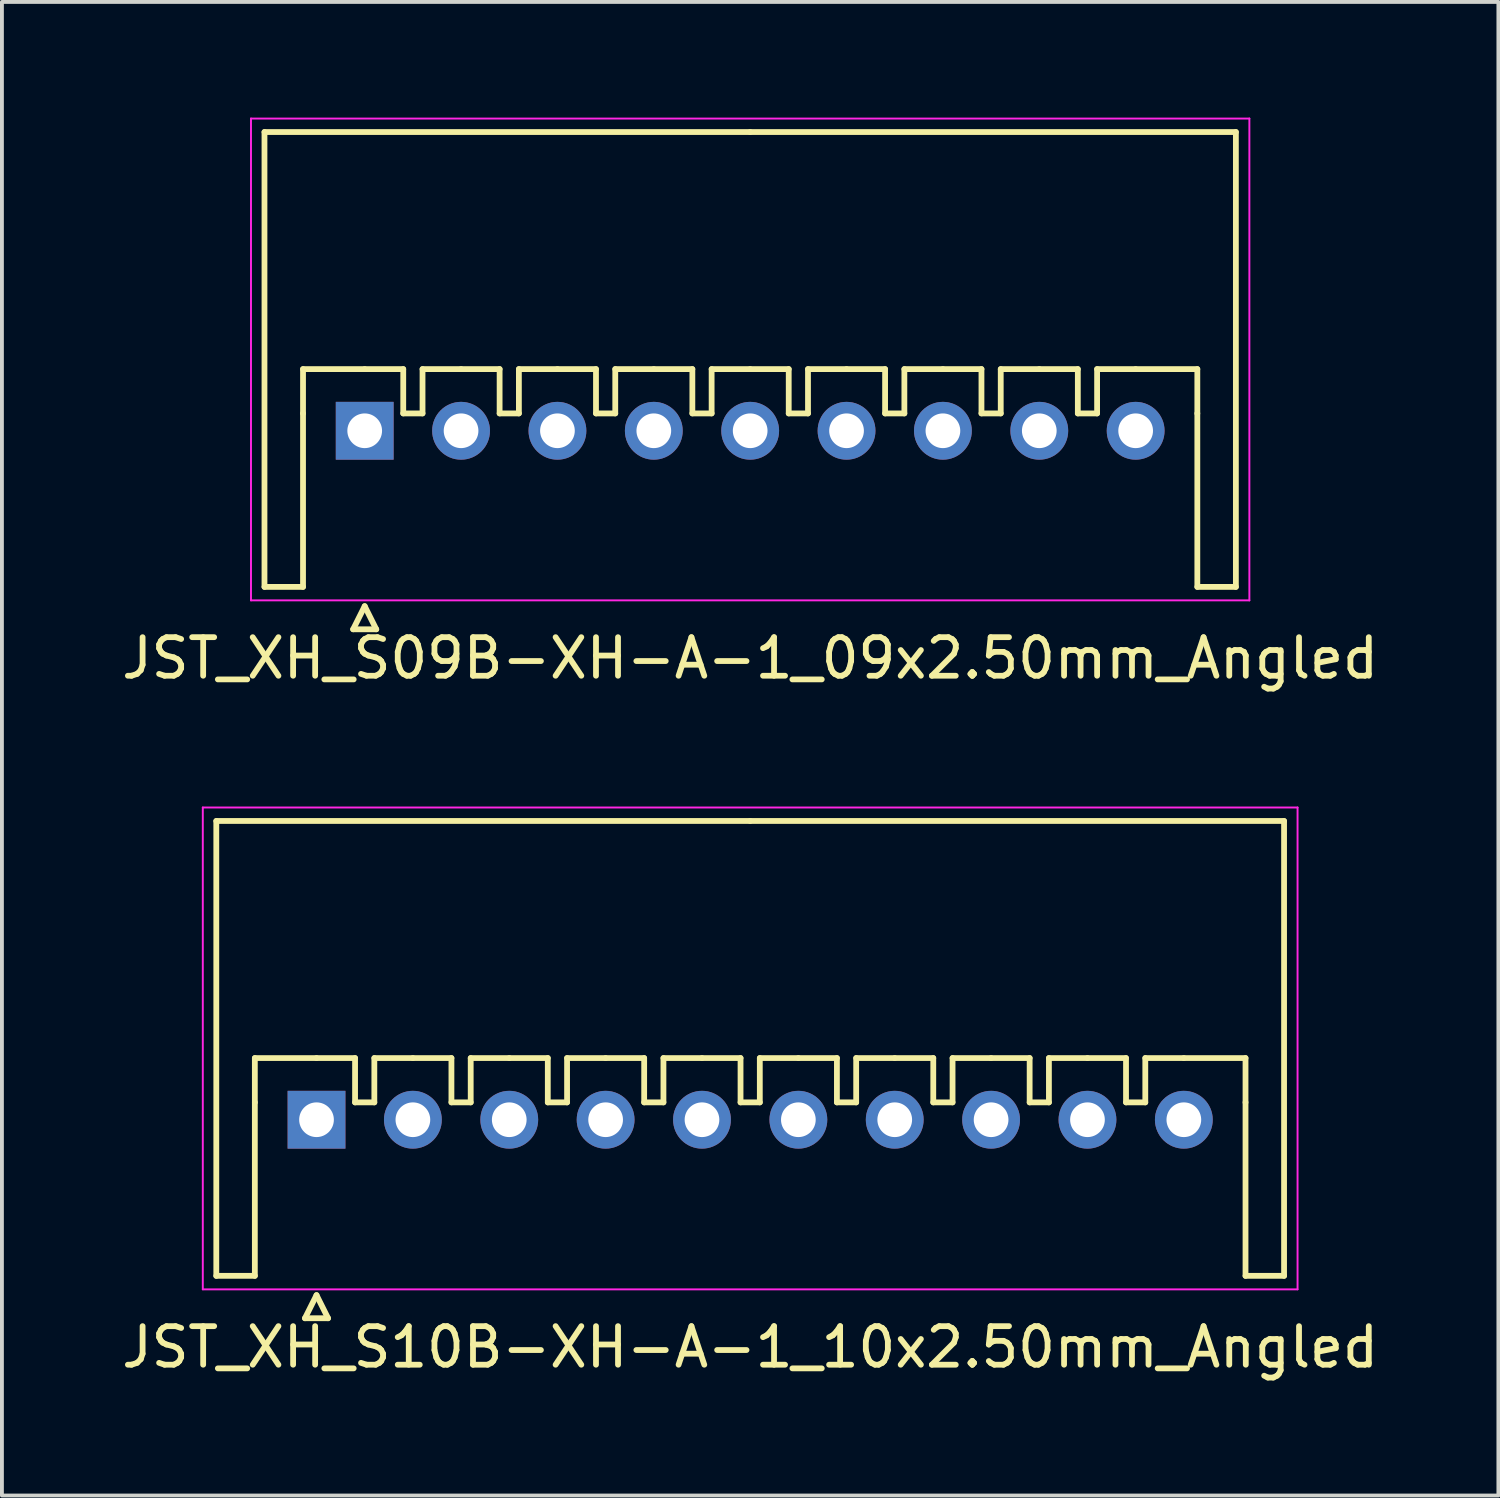
<source format=kicad_pcb>
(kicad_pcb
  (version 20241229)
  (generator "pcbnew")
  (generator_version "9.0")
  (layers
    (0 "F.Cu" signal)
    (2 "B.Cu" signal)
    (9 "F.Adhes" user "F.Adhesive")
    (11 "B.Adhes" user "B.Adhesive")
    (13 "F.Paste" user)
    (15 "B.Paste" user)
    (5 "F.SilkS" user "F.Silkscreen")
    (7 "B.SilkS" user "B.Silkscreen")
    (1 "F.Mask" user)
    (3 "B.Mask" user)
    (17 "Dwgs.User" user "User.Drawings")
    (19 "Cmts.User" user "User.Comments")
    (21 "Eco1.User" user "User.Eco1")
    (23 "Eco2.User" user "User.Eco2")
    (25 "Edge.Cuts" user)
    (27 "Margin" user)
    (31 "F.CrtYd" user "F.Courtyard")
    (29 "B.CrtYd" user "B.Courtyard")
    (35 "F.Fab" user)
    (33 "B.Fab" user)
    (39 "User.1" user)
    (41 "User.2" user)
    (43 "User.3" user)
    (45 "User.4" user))
  (footprint "JST_XH_S09B-XH-A-1_09x2.50mm_Angled"
    (layer "F.Cu")
    (at 6.411 8.125)
    (property "Reference" "JST_XH_S09B-XH-A-1_09x2.50mm_Angled" (at 10 5.9 0) (layer "F.SilkS") (effects (font (size 1 1) (thickness 0.15))))
    (attr through_hole)
    (fp_line (start -2.6 -7.75) (end -2.6 4.05) (stroke (width 0.15) (type solid)) (layer "F.SilkS"))
    (fp_line (start -2.6 4.05) (end -1.6 4.05) (stroke (width 0.15) (type solid)) (layer "F.SilkS"))
    (fp_line (start -1.6 -1.6) (end 0 -1.6) (stroke (width 0.15) (type solid)) (layer "F.SilkS"))
    (fp_line (start -1.6 -0.45) (end -1.6 -1.6) (stroke (width 0.15) (type solid)) (layer "F.SilkS"))
    (fp_line (start -1.6 4.05) (end -1.6 -0.45) (stroke (width 0.15) (type solid)) (layer "F.SilkS"))
    (fp_line (start -0.3 5.15) (end 0.3 5.15) (stroke (width 0.15) (type solid)) (layer "F.SilkS"))
    (fp_line (start 0 -1.6) (end 1 -1.6) (stroke (width 0.15) (type solid)) (layer "F.SilkS"))
    (fp_line (start 0 4.55) (end -0.3 5.15) (stroke (width 0.15) (type solid)) (layer "F.SilkS"))
    (fp_line (start 0.3 5.15) (end 0 4.55) (stroke (width 0.15) (type solid)) (layer "F.SilkS"))
    (fp_line (start 1 -1.6) (end 1 -0.45) (stroke (width 0.15) (type solid)) (layer "F.SilkS"))
    (fp_line (start 1 -0.45) (end 1.5 -0.45) (stroke (width 0.15) (type solid)) (layer "F.SilkS"))
    (fp_line (start 1.5 -1.6) (end 2.5 -1.6) (stroke (width 0.15) (type solid)) (layer "F.SilkS"))
    (fp_line (start 1.5 -0.45) (end 1.5 -1.6) (stroke (width 0.15) (type solid)) (layer "F.SilkS"))
    (fp_line (start 2.5 -1.6) (end 3.5 -1.6) (stroke (width 0.15) (type solid)) (layer "F.SilkS"))
    (fp_line (start 3.5 -1.6) (end 3.5 -0.45) (stroke (width 0.15) (type solid)) (layer "F.SilkS"))
    (fp_line (start 3.5 -0.45) (end 4 -0.45) (stroke (width 0.15) (type solid)) (layer "F.SilkS"))
    (fp_line (start 4 -1.6) (end 5 -1.6) (stroke (width 0.15) (type solid)) (layer "F.SilkS"))
    (fp_line (start 4 -0.45) (end 4 -1.6) (stroke (width 0.15) (type solid)) (layer "F.SilkS"))
    (fp_line (start 5 -1.6) (end 6 -1.6) (stroke (width 0.15) (type solid)) (layer "F.SilkS"))
    (fp_line (start 6 -1.6) (end 6 -0.45) (stroke (width 0.15) (type solid)) (layer "F.SilkS"))
    (fp_line (start 6 -0.45) (end 6.5 -0.45) (stroke (width 0.15) (type solid)) (layer "F.SilkS"))
    (fp_line (start 6.5 -1.6) (end 7.5 -1.6) (stroke (width 0.15) (type solid)) (layer "F.SilkS"))
    (fp_line (start 6.5 -0.45) (end 6.5 -1.6) (stroke (width 0.15) (type solid)) (layer "F.SilkS"))
    (fp_line (start 7.5 -1.6) (end 8.5 -1.6) (stroke (width 0.15) (type solid)) (layer "F.SilkS"))
    (fp_line (start 8.5 -1.6) (end 8.5 -0.45) (stroke (width 0.15) (type solid)) (layer "F.SilkS"))
    (fp_line (start 8.5 -0.45) (end 9 -0.45) (stroke (width 0.15) (type solid)) (layer "F.SilkS"))
    (fp_line (start 9 -1.6) (end 10 -1.6) (stroke (width 0.15) (type solid)) (layer "F.SilkS"))
    (fp_line (start 9 -0.45) (end 9 -1.6) (stroke (width 0.15) (type solid)) (layer "F.SilkS"))
    (fp_line (start 10 -7.75) (end -2.6 -7.75) (stroke (width 0.15) (type solid)) (layer "F.SilkS"))
    (fp_line (start 10 -7.75) (end 22.6 -7.75) (stroke (width 0.15) (type solid)) (layer "F.SilkS"))
    (fp_line (start 10 -1.6) (end 11 -1.6) (stroke (width 0.15) (type solid)) (layer "F.SilkS"))
    (fp_line (start 11 -1.6) (end 11 -0.45) (stroke (width 0.15) (type solid)) (layer "F.SilkS"))
    (fp_line (start 11 -0.45) (end 11.5 -0.45) (stroke (width 0.15) (type solid)) (layer "F.SilkS"))
    (fp_line (start 11.5 -1.6) (end 12.5 -1.6) (stroke (width 0.15) (type solid)) (layer "F.SilkS"))
    (fp_line (start 11.5 -0.45) (end 11.5 -1.6) (stroke (width 0.15) (type solid)) (layer "F.SilkS"))
    (fp_line (start 12.5 -1.6) (end 13.5 -1.6) (stroke (width 0.15) (type solid)) (layer "F.SilkS"))
    (fp_line (start 13.5 -1.6) (end 13.5 -0.45) (stroke (width 0.15) (type solid)) (layer "F.SilkS"))
    (fp_line (start 13.5 -0.45) (end 14 -0.45) (stroke (width 0.15) (type solid)) (layer "F.SilkS"))
    (fp_line (start 14 -1.6) (end 15 -1.6) (stroke (width 0.15) (type solid)) (layer "F.SilkS"))
    (fp_line (start 14 -0.45) (end 14 -1.6) (stroke (width 0.15) (type solid)) (layer "F.SilkS"))
    (fp_line (start 15 -1.6) (end 16 -1.6) (stroke (width 0.15) (type solid)) (layer "F.SilkS"))
    (fp_line (start 16 -1.6) (end 16 -0.45) (stroke (width 0.15) (type solid)) (layer "F.SilkS"))
    (fp_line (start 16 -0.45) (end 16.5 -0.45) (stroke (width 0.15) (type solid)) (layer "F.SilkS"))
    (fp_line (start 16.5 -1.6) (end 17.5 -1.6) (stroke (width 0.15) (type solid)) (layer "F.SilkS"))
    (fp_line (start 16.5 -0.45) (end 16.5 -1.6) (stroke (width 0.15) (type solid)) (layer "F.SilkS"))
    (fp_line (start 17.5 -1.6) (end 18.5 -1.6) (stroke (width 0.15) (type solid)) (layer "F.SilkS"))
    (fp_line (start 18.5 -1.6) (end 18.5 -0.45) (stroke (width 0.15) (type solid)) (layer "F.SilkS"))
    (fp_line (start 18.5 -0.45) (end 19 -0.45) (stroke (width 0.15) (type solid)) (layer "F.SilkS"))
    (fp_line (start 19 -1.6) (end 20 -1.6) (stroke (width 0.15) (type solid)) (layer "F.SilkS"))
    (fp_line (start 19 -0.45) (end 19 -1.6) (stroke (width 0.15) (type solid)) (layer "F.SilkS"))
    (fp_line (start 21.6 -1.6) (end 20 -1.6) (stroke (width 0.15) (type solid)) (layer "F.SilkS"))
    (fp_line (start 21.6 -0.45) (end 21.6 -1.6) (stroke (width 0.15) (type solid)) (layer "F.SilkS"))
    (fp_line (start 21.6 4.05) (end 21.6 -0.45) (stroke (width 0.15) (type solid)) (layer "F.SilkS"))
    (fp_line (start 22.6 -7.75) (end 22.6 4.05) (stroke (width 0.15) (type solid)) (layer "F.SilkS"))
    (fp_line (start 22.6 4.05) (end 21.6 4.05) (stroke (width 0.15) (type solid)) (layer "F.SilkS"))
    (fp_line (start -2.95 -8.1) (end -2.95 4.4) (stroke (width 0.05) (type solid)) (layer "F.CrtYd"))
    (fp_line (start -2.95 4.4) (end 22.95 4.4) (stroke (width 0.05) (type solid)) (layer "F.CrtYd"))
    (fp_line (start 22.95 -8.1) (end -2.95 -8.1) (stroke (width 0.05) (type solid)) (layer "F.CrtYd"))
    (fp_line (start 22.95 4.4) (end 22.95 -8.1) (stroke (width 0.05) (type solid)) (layer "F.CrtYd"))
    (pad "1" thru_hole rect (at 0 0) (size 1.5 1.5) (drill 0.9) (layers "*.Cu" "*.Mask"))
    (pad "2" thru_hole circle (at 2.5 0) (size 1.5 1.5) (drill 0.9) (layers "*.Cu" "*.Mask"))
    (pad "3" thru_hole circle (at 5 0) (size 1.5 1.5) (drill 0.9) (layers "*.Cu" "*.Mask"))
    (pad "4" thru_hole circle (at 7.5 0) (size 1.5 1.5) (drill 0.9) (layers "*.Cu" "*.Mask"))
    (pad "5" thru_hole circle (at 10 0) (size 1.5 1.5) (drill 0.9) (layers "*.Cu" "*.Mask"))
    (pad "6" thru_hole circle (at 12.5 0) (size 1.5 1.5) (drill 0.9) (layers "*.Cu" "*.Mask"))
    (pad "7" thru_hole circle (at 15 0) (size 1.5 1.5) (drill 0.9) (layers "*.Cu" "*.Mask"))
    (pad "8" thru_hole circle (at 17.5 0) (size 1.5 1.5) (drill 0.9) (layers "*.Cu" "*.Mask"))
    (pad "9" thru_hole circle (at 20 0) (size 1.5 1.5) (drill 0.9) (layers "*.Cu" "*.Mask")))
  (footprint "JST_XH_S10B-XH-A-1_10x2.50mm_Angled"
    (layer "F.Cu")
    (at 5.161 25.998)
    (property "Reference" "JST_XH_S10B-XH-A-1_10x2.50mm_Angled" (at 11.25 5.9 0) (layer "F.SilkS") (effects (font (size 1 1) (thickness 0.15))))
    (attr through_hole)
    (fp_line (start -2.6 -7.75) (end -2.6 4.05) (stroke (width 0.15) (type solid)) (layer "F.SilkS"))
    (fp_line (start -2.6 4.05) (end -1.6 4.05) (stroke (width 0.15) (type solid)) (layer "F.SilkS"))
    (fp_line (start -1.6 -1.6) (end 0 -1.6) (stroke (width 0.15) (type solid)) (layer "F.SilkS"))
    (fp_line (start -1.6 -0.45) (end -1.6 -1.6) (stroke (width 0.15) (type solid)) (layer "F.SilkS"))
    (fp_line (start -1.6 4.05) (end -1.6 -0.45) (stroke (width 0.15) (type solid)) (layer "F.SilkS"))
    (fp_line (start -0.3 5.15) (end 0.3 5.15) (stroke (width 0.15) (type solid)) (layer "F.SilkS"))
    (fp_line (start 0 -1.6) (end 1 -1.6) (stroke (width 0.15) (type solid)) (layer "F.SilkS"))
    (fp_line (start 0 4.55) (end -0.3 5.15) (stroke (width 0.15) (type solid)) (layer "F.SilkS"))
    (fp_line (start 0.3 5.15) (end 0 4.55) (stroke (width 0.15) (type solid)) (layer "F.SilkS"))
    (fp_line (start 1 -1.6) (end 1 -0.45) (stroke (width 0.15) (type solid)) (layer "F.SilkS"))
    (fp_line (start 1 -0.45) (end 1.5 -0.45) (stroke (width 0.15) (type solid)) (layer "F.SilkS"))
    (fp_line (start 1.5 -1.6) (end 2.5 -1.6) (stroke (width 0.15) (type solid)) (layer "F.SilkS"))
    (fp_line (start 1.5 -0.45) (end 1.5 -1.6) (stroke (width 0.15) (type solid)) (layer "F.SilkS"))
    (fp_line (start 2.5 -1.6) (end 3.5 -1.6) (stroke (width 0.15) (type solid)) (layer "F.SilkS"))
    (fp_line (start 3.5 -1.6) (end 3.5 -0.45) (stroke (width 0.15) (type solid)) (layer "F.SilkS"))
    (fp_line (start 3.5 -0.45) (end 4 -0.45) (stroke (width 0.15) (type solid)) (layer "F.SilkS"))
    (fp_line (start 4 -1.6) (end 5 -1.6) (stroke (width 0.15) (type solid)) (layer "F.SilkS"))
    (fp_line (start 4 -0.45) (end 4 -1.6) (stroke (width 0.15) (type solid)) (layer "F.SilkS"))
    (fp_line (start 5 -1.6) (end 6 -1.6) (stroke (width 0.15) (type solid)) (layer "F.SilkS"))
    (fp_line (start 6 -1.6) (end 6 -0.45) (stroke (width 0.15) (type solid)) (layer "F.SilkS"))
    (fp_line (start 6 -0.45) (end 6.5 -0.45) (stroke (width 0.15) (type solid)) (layer "F.SilkS"))
    (fp_line (start 6.5 -1.6) (end 7.5 -1.6) (stroke (width 0.15) (type solid)) (layer "F.SilkS"))
    (fp_line (start 6.5 -0.45) (end 6.5 -1.6) (stroke (width 0.15) (type solid)) (layer "F.SilkS"))
    (fp_line (start 7.5 -1.6) (end 8.5 -1.6) (stroke (width 0.15) (type solid)) (layer "F.SilkS"))
    (fp_line (start 8.5 -1.6) (end 8.5 -0.45) (stroke (width 0.15) (type solid)) (layer "F.SilkS"))
    (fp_line (start 8.5 -0.45) (end 9 -0.45) (stroke (width 0.15) (type solid)) (layer "F.SilkS"))
    (fp_line (start 9 -1.6) (end 10 -1.6) (stroke (width 0.15) (type solid)) (layer "F.SilkS"))
    (fp_line (start 9 -0.45) (end 9 -1.6) (stroke (width 0.15) (type solid)) (layer "F.SilkS"))
    (fp_line (start 10 -1.6) (end 11 -1.6) (stroke (width 0.15) (type solid)) (layer "F.SilkS"))
    (fp_line (start 11 -1.6) (end 11 -0.45) (stroke (width 0.15) (type solid)) (layer "F.SilkS"))
    (fp_line (start 11 -0.45) (end 11.5 -0.45) (stroke (width 0.15) (type solid)) (layer "F.SilkS"))
    (fp_line (start 11.25 -7.75) (end -2.6 -7.75) (stroke (width 0.15) (type solid)) (layer "F.SilkS"))
    (fp_line (start 11.25 -7.75) (end 25.1 -7.75) (stroke (width 0.15) (type solid)) (layer "F.SilkS"))
    (fp_line (start 11.5 -1.6) (end 12.5 -1.6) (stroke (width 0.15) (type solid)) (layer "F.SilkS"))
    (fp_line (start 11.5 -0.45) (end 11.5 -1.6) (stroke (width 0.15) (type solid)) (layer "F.SilkS"))
    (fp_line (start 12.5 -1.6) (end 13.5 -1.6) (stroke (width 0.15) (type solid)) (layer "F.SilkS"))
    (fp_line (start 13.5 -1.6) (end 13.5 -0.45) (stroke (width 0.15) (type solid)) (layer "F.SilkS"))
    (fp_line (start 13.5 -0.45) (end 14 -0.45) (stroke (width 0.15) (type solid)) (layer "F.SilkS"))
    (fp_line (start 14 -1.6) (end 15 -1.6) (stroke (width 0.15) (type solid)) (layer "F.SilkS"))
    (fp_line (start 14 -0.45) (end 14 -1.6) (stroke (width 0.15) (type solid)) (layer "F.SilkS"))
    (fp_line (start 15 -1.6) (end 16 -1.6) (stroke (width 0.15) (type solid)) (layer "F.SilkS"))
    (fp_line (start 16 -1.6) (end 16 -0.45) (stroke (width 0.15) (type solid)) (layer "F.SilkS"))
    (fp_line (start 16 -0.45) (end 16.5 -0.45) (stroke (width 0.15) (type solid)) (layer "F.SilkS"))
    (fp_line (start 16.5 -1.6) (end 17.5 -1.6) (stroke (width 0.15) (type solid)) (layer "F.SilkS"))
    (fp_line (start 16.5 -0.45) (end 16.5 -1.6) (stroke (width 0.15) (type solid)) (layer "F.SilkS"))
    (fp_line (start 17.5 -1.6) (end 18.5 -1.6) (stroke (width 0.15) (type solid)) (layer "F.SilkS"))
    (fp_line (start 18.5 -1.6) (end 18.5 -0.45) (stroke (width 0.15) (type solid)) (layer "F.SilkS"))
    (fp_line (start 18.5 -0.45) (end 19 -0.45) (stroke (width 0.15) (type solid)) (layer "F.SilkS"))
    (fp_line (start 19 -1.6) (end 20 -1.6) (stroke (width 0.15) (type solid)) (layer "F.SilkS"))
    (fp_line (start 19 -0.45) (end 19 -1.6) (stroke (width 0.15) (type solid)) (layer "F.SilkS"))
    (fp_line (start 20 -1.6) (end 21 -1.6) (stroke (width 0.15) (type solid)) (layer "F.SilkS"))
    (fp_line (start 21 -1.6) (end 21 -0.45) (stroke (width 0.15) (type solid)) (layer "F.SilkS"))
    (fp_line (start 21 -0.45) (end 21.5 -0.45) (stroke (width 0.15) (type solid)) (layer "F.SilkS"))
    (fp_line (start 21.5 -1.6) (end 22.5 -1.6) (stroke (width 0.15) (type solid)) (layer "F.SilkS"))
    (fp_line (start 21.5 -0.45) (end 21.5 -1.6) (stroke (width 0.15) (type solid)) (layer "F.SilkS"))
    (fp_line (start 24.1 -1.6) (end 22.5 -1.6) (stroke (width 0.15) (type solid)) (layer "F.SilkS"))
    (fp_line (start 24.1 -0.45) (end 24.1 -1.6) (stroke (width 0.15) (type solid)) (layer "F.SilkS"))
    (fp_line (start 24.1 4.05) (end 24.1 -0.45) (stroke (width 0.15) (type solid)) (layer "F.SilkS"))
    (fp_line (start 25.1 -7.75) (end 25.1 4.05) (stroke (width 0.15) (type solid)) (layer "F.SilkS"))
    (fp_line (start 25.1 4.05) (end 24.1 4.05) (stroke (width 0.15) (type solid)) (layer "F.SilkS"))
    (fp_line (start -2.95 -8.1) (end -2.95 4.4) (stroke (width 0.05) (type solid)) (layer "F.CrtYd"))
    (fp_line (start -2.95 4.4) (end 25.45 4.4) (stroke (width 0.05) (type solid)) (layer "F.CrtYd"))
    (fp_line (start 25.45 -8.1) (end -2.95 -8.1) (stroke (width 0.05) (type solid)) (layer "F.CrtYd"))
    (fp_line (start 25.45 4.4) (end 25.45 -8.1) (stroke (width 0.05) (type solid)) (layer "F.CrtYd"))
    (pad "1" thru_hole rect (at 0 0) (size 1.5 1.5) (drill 0.9) (layers "*.Cu" "*.Mask"))
    (pad "2" thru_hole circle (at 2.5 0) (size 1.5 1.5) (drill 0.9) (layers "*.Cu" "*.Mask"))
    (pad "3" thru_hole circle (at 5 0) (size 1.5 1.5) (drill 0.9) (layers "*.Cu" "*.Mask"))
    (pad "4" thru_hole circle (at 7.5 0) (size 1.5 1.5) (drill 0.9) (layers "*.Cu" "*.Mask"))
    (pad "5" thru_hole circle (at 10 0) (size 1.5 1.5) (drill 0.9) (layers "*.Cu" "*.Mask"))
    (pad "6" thru_hole circle (at 12.5 0) (size 1.5 1.5) (drill 0.9) (layers "*.Cu" "*.Mask"))
    (pad "7" thru_hole circle (at 15 0) (size 1.5 1.5) (drill 0.9) (layers "*.Cu" "*.Mask"))
    (pad "8" thru_hole circle (at 17.5 0) (size 1.5 1.5) (drill 0.9) (layers "*.Cu" "*.Mask"))
    (pad "9" thru_hole circle (at 20 0) (size 1.5 1.5) (drill 0.9) (layers "*.Cu" "*.Mask"))
    (pad "10" thru_hole circle (at 22.5 0) (size 1.5 1.5) (drill 0.9) (layers "*.Cu" "*.Mask")))
  (gr_rect
    (start -3 -3)
    (end 35.821 35.746)
    (stroke (width 0.1) (type default))
    (fill no)
    (layer "Edge.Cuts")))
</source>
